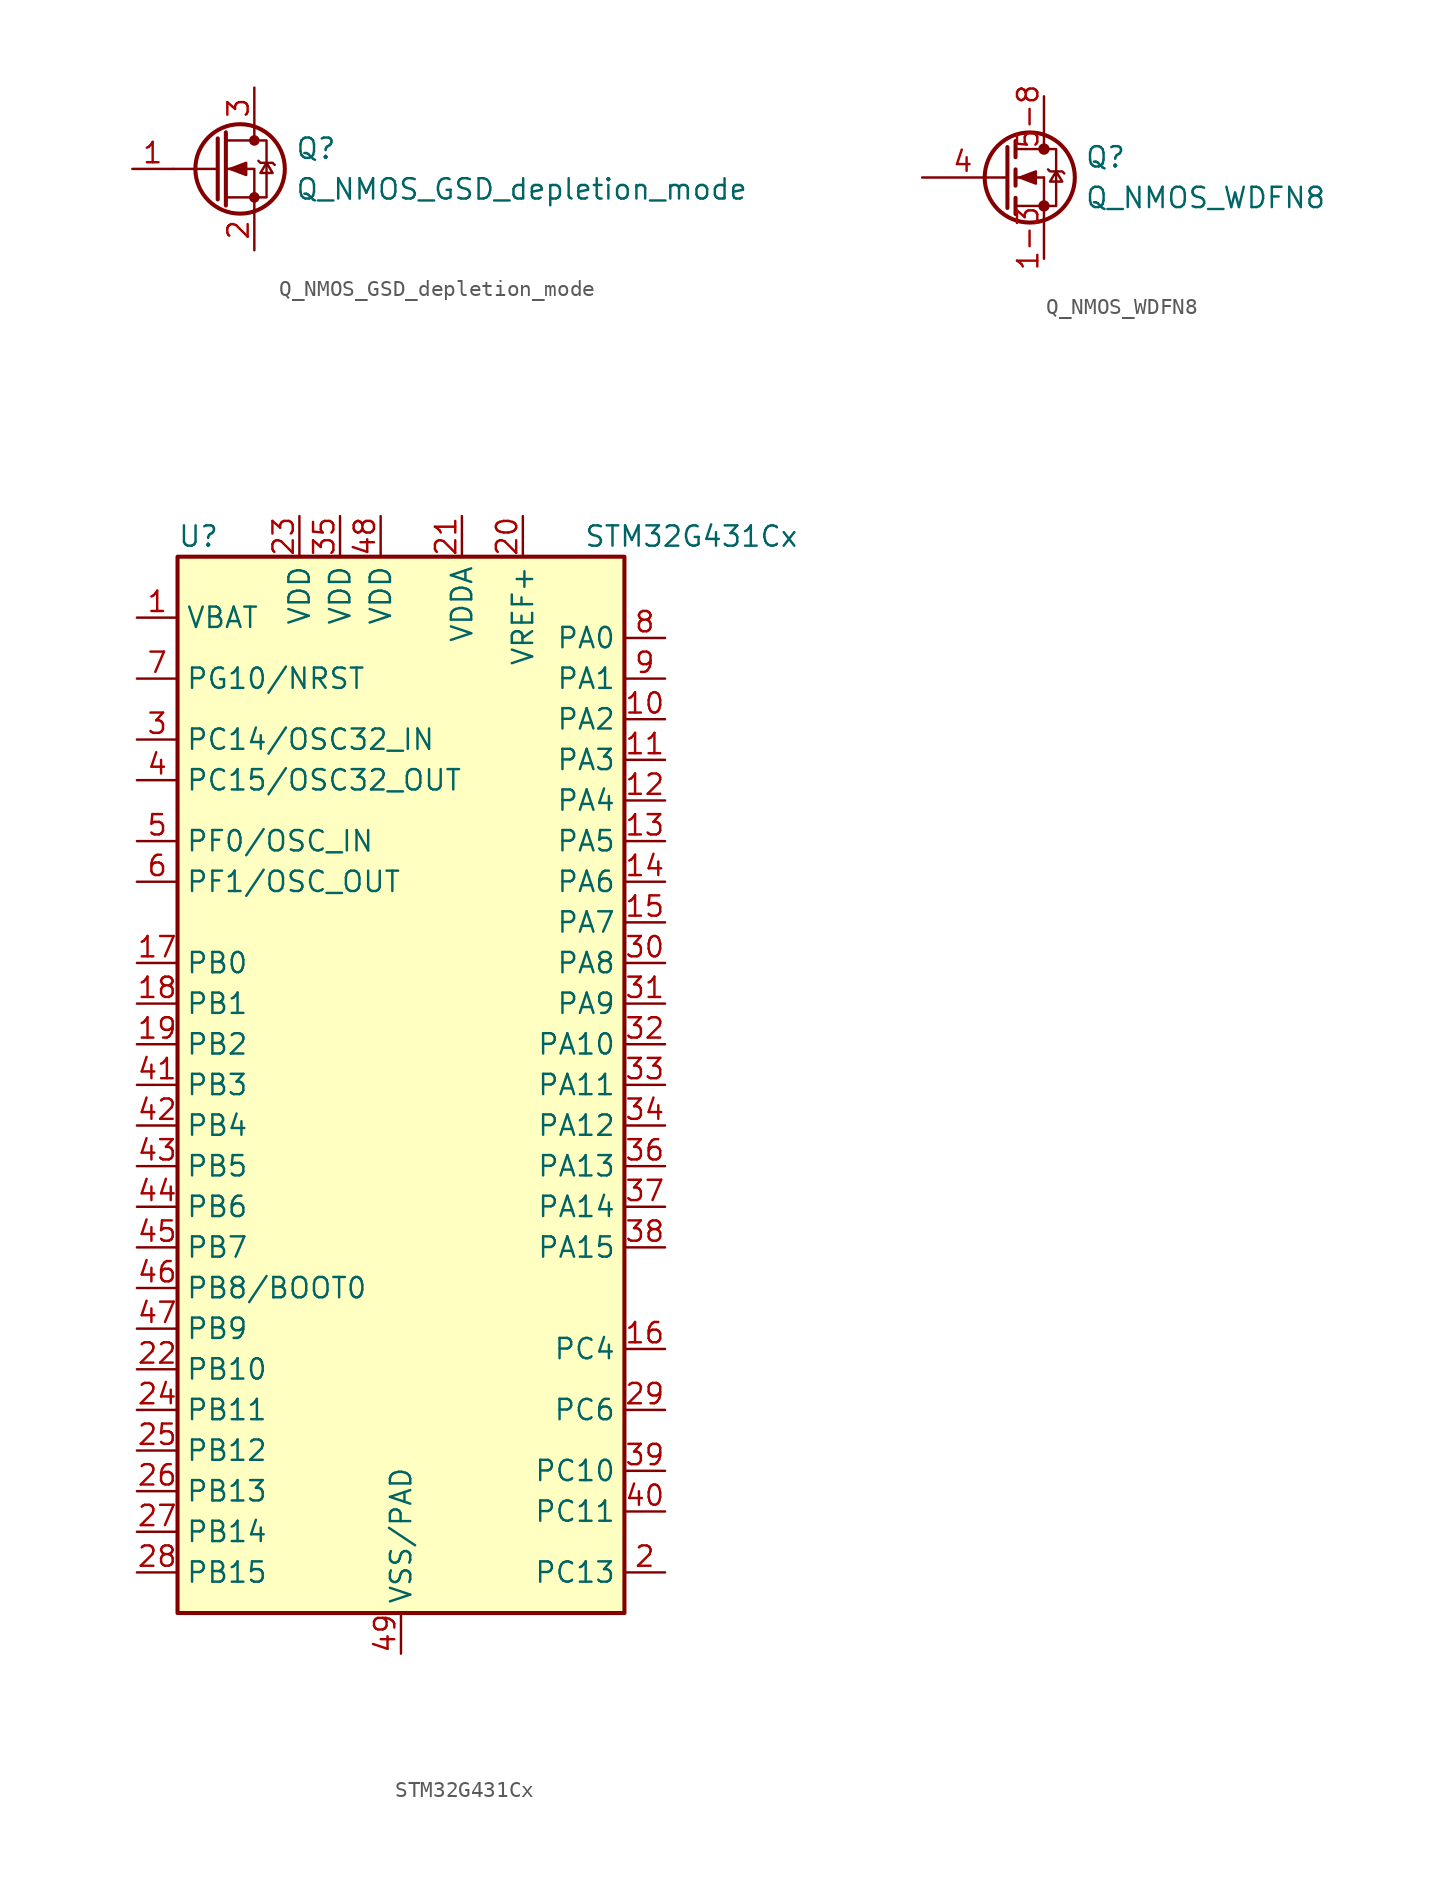
<source format=kicad_sym>
(kicad_symbol_lib
  (version 20231120)
  (generator "kicad_symbol_editor")
  (generator_version "8.0")
  (symbol "Q_NMOS_GSD_depletion_mode"
    (pin_names
      (offset 0) hide)
    (property "Reference" "Q"
      (at 5.08 1.27 0)
      (effects (font (size 1.27 1.27)) (justify left)))
    (property "Value" "Q_NMOS_GSD_depletion_mode"
      (at 5.08 -1.27 0)
      (effects (font (size 1.27 1.27)) (justify left)))
    (symbol "Q_NMOS_GSD_depletion_mode_0_1"
      (polyline (pts (xy 0.254 0) (xy -2.54 0)) (stroke (width 0) (type default)) (fill (type none)))
      (polyline (pts (xy 0.254 1.905) (xy 0.254 -1.905)) (stroke (width 0.254) (type default)) (fill (type none)))
      (polyline (pts (xy 0.762 2.286) (xy 0.762 -2.286)) (stroke (width 0.254) (type default)) (fill (type none)))
      (polyline (pts (xy 2.54 2.54) (xy 2.54 1.778)) (stroke (width 0) (type default)) (fill (type none)))
      (polyline (pts (xy 2.54 -2.54) (xy 2.54 0) (xy 0.762 0)) (stroke (width 0) (type default)) (fill (type none)))
      (polyline (pts (xy 0.762 -1.778) (xy 3.302 -1.778) (xy 3.302 1.778) (xy 0.762 1.778)) (stroke (width 0) (type default)) (fill (type none)))
      (polyline (pts (xy 1.016 0) (xy 2.032 0.381) (xy 2.032 -0.381) (xy 1.016 0)) (stroke (width 0) (type default)) (fill (type outline)))
      (polyline (pts (xy 2.794 0.508) (xy 2.921 0.381) (xy 3.683 0.381) (xy 3.81 0.254)) (stroke (width 0) (type default)) (fill (type none)))
      (polyline (pts (xy 3.302 0.381) (xy 2.921 -0.254) (xy 3.683 -0.254) (xy 3.302 0.381)) (stroke (width 0) (type default)) (fill (type none)))
      (circle (center 1.651 0) (radius 2.794) (stroke (width 0.254) (type default)) (fill (type none)))
      (circle (center 2.54 -1.778) (radius 0.254) (stroke (width 0) (type default)) (fill (type outline)))
      (circle (center 2.54 1.778) (radius 0.254) (stroke (width 0) (type default)) (fill (type outline))))
    (symbol "Q_NMOS_GSD_depletion_mode_1_1"
      (pin input line (at -5.08 0 0) (length 2.54) (name "G" (effects (font (size 1.27 1.27)))) (number "1" (effects (font (size 1.27 1.27)))))
      (pin passive line (at 2.54 -5.08 90) (length 2.54) (name "S" (effects (font (size 1.27 1.27)))) (number "2" (effects (font (size 1.27 1.27)))))
      (pin passive line (at 2.54 5.08 270) (length 2.54) (name "D" (effects (font (size 1.27 1.27)))) (number "3" (effects (font (size 1.27 1.27)))))))
  (symbol "Q_NMOS_WDFN8"
    (pin_names
      (offset 0) hide)
    (property "Reference" "Q"
      (at 5.08 1.27 0)
      (effects (font (size 1.27 1.27)) (justify left)))
    (property "Value" "Q_NMOS_WDFN8"
      (at 5.08 -1.27 0)
      (effects (font (size 1.27 1.27)) (justify left)))
    (symbol "Q_NMOS_WDFN8_0_1"
      (polyline (pts (xy 0.051 0) (xy 0.254 0)) (stroke (width 0) (type default)) (fill (type none)))
      (polyline (pts (xy 0.762 -1.778) (xy 2.54 -1.778)) (stroke (width 0) (type default)) (fill (type none)))
      (polyline (pts (xy 0.762 -1.27) (xy 0.762 -2.286)) (stroke (width 0.254) (type default)) (fill (type none)))
      (polyline (pts (xy 0.762 0) (xy 2.54 0)) (stroke (width 0) (type default)) (fill (type none)))
      (polyline (pts (xy 0.762 0.508) (xy 0.762 -0.508)) (stroke (width 0.254) (type default)) (fill (type none)))
      (polyline (pts (xy 0.762 1.778) (xy 2.54 1.778)) (stroke (width 0) (type default)) (fill (type none)))
      (polyline (pts (xy 0.762 2.286) (xy 0.762 1.27)) (stroke (width 0.254) (type default)) (fill (type none)))
      (polyline (pts (xy 2.54 -1.778) (xy 2.54 -2.54)) (stroke (width 0) (type default)) (fill (type none)))
      (polyline (pts (xy 2.54 -1.778) (xy 2.54 0)) (stroke (width 0) (type default)) (fill (type none)))
      (polyline (pts (xy 2.54 2.54) (xy 2.54 1.778)) (stroke (width 0) (type default)) (fill (type none)))
      (polyline (pts (xy 0.254 1.905) (xy 0.254 -1.905) (xy 0.254 -1.905)) (stroke (width 0.254) (type default)) (fill (type none)))
      (polyline (pts (xy 1.016 0) (xy 2.032 0.381) (xy 2.032 -0.381) (xy 1.016 0)) (stroke (width 0) (type default)) (fill (type outline)))
      (polyline (pts (xy 2.54 -1.778) (xy 3.302 -1.778) (xy 3.302 1.778) (xy 2.54 1.778)) (stroke (width 0) (type default)) (fill (type none)))
      (polyline (pts (xy 2.794 0.508) (xy 2.921 0.381) (xy 3.683 0.381) (xy 3.81 0.254)) (stroke (width 0) (type default)) (fill (type none)))
      (polyline (pts (xy 3.302 0.381) (xy 2.921 -0.254) (xy 3.683 -0.254) (xy 3.302 0.381)) (stroke (width 0) (type default)) (fill (type none)))
      (circle (center 1.651 0) (radius 2.819) (stroke (width 0.254) (type default)) (fill (type none)))
      (circle (center 2.54 -1.778) (radius 0.279) (stroke (width 0) (type default)) (fill (type outline)))
      (circle (center 2.54 1.778) (radius 0.279) (stroke (width 0) (type default)) (fill (type outline))))
    (symbol "Q_NMOS_WDFN8_1_1"
      (pin passive line (at 2.54 -5.08 90) (length 2.54) (name "S" (effects (font (size 1.27 1.27)))) (number "1-3" (effects (font (size 1.27 1.27)))))
      (pin input line (at -5.08 0 0) (length 5.08) (name "G" (effects (font (size 1.27 1.27)))) (number "4" (effects (font (size 1.27 1.27)))))
      (pin passive line (at 2.54 5.08 270) (length 2.54) (name "D" (effects (font (size 1.27 1.27)))) (number "5-8" (effects (font (size 1.27 1.27)))))))
  (symbol "STM32G431Cx"
    (property "Reference" "U"
      (at -13.97 34.29 0)
      (effects (font (size 1.27 1.27)) (justify left)))
    (property "Value" "STM32G431Cx"
      (at 11.43 34.29 0)
      (effects (font (size 1.27 1.27)) (justify left)))
    (symbol "STM32G431Cx_0_0"
      (pin power_in line (at -16.51 29.21 0) (length 2.54) (name "VBAT" (effects (font (size 1.27 1.27)))) (number "1" (effects (font (size 1.27 1.27)))))
      (pin bidirectional line (at 16.51 -16.51 180) (length 2.54) (name "PC4" (effects (font (size 1.27 1.27)))) (number "16" (effects (font (size 1.27 1.27)))))
      (pin bidirectional line (at -16.51 5.08 0) (length 2.54) (name "PB1" (effects (font (size 1.27 1.27)))) (number "18" (effects (font (size 1.27 1.27)))))
      (pin bidirectional line (at -16.51 2.54 0) (length 2.54) (name "PB2" (effects (font (size 1.27 1.27)))) (number "19" (effects (font (size 1.27 1.27)))))
      (pin bidirectional line (at 16.51 -30.48 180) (length 2.54) (name "PC13" (effects (font (size 1.27 1.27)))) (number "2" (effects (font (size 1.27 1.27)))))
      (pin input line (at 7.62 35.56 270) (length 2.54) (name "VREF+" (effects (font (size 1.27 1.27)))) (number "20" (effects (font (size 1.27 1.27)))))
      (pin power_in line (at 3.81 35.56 270) (length 2.54) (name "VDDA" (effects (font (size 1.27 1.27)))) (number "21" (effects (font (size 1.27 1.27)))))
      (pin bidirectional line (at -16.51 -17.78 0) (length 2.54) (name "PB10" (effects (font (size 1.27 1.27)))) (number "22" (effects (font (size 1.27 1.27)))))
      (pin bidirectional line (at -16.51 -20.32 0) (length 2.54) (name "PB11" (effects (font (size 1.27 1.27)))) (number "24" (effects (font (size 1.27 1.27)))))
      (pin bidirectional line (at -16.51 -22.86 0) (length 2.54) (name "PB12" (effects (font (size 1.27 1.27)))) (number "25" (effects (font (size 1.27 1.27)))))
      (pin bidirectional line (at -16.51 -25.4 0) (length 2.54) (name "PB13" (effects (font (size 1.27 1.27)))) (number "26" (effects (font (size 1.27 1.27)))))
      (pin bidirectional line (at -16.51 -27.94 0) (length 2.54) (name "PB14" (effects (font (size 1.27 1.27)))) (number "27" (effects (font (size 1.27 1.27)))))
      (pin bidirectional line (at -16.51 -30.48 0) (length 2.54) (name "PB15" (effects (font (size 1.27 1.27)))) (number "28" (effects (font (size 1.27 1.27)))))
      (pin bidirectional line (at 16.51 -20.32 180) (length 2.54) (name "PC6" (effects (font (size 1.27 1.27)))) (number "29" (effects (font (size 1.27 1.27)))))
      (pin bidirectional line (at -16.51 21.59 0) (length 2.54) (name "PC14/OSC32_IN" (effects (font (size 1.27 1.27)))) (number "3" (effects (font (size 1.27 1.27)))))
      (pin bidirectional line (at 16.51 -24.13 180) (length 2.54) (name "PC10" (effects (font (size 1.27 1.27)))) (number "39" (effects (font (size 1.27 1.27)))))
      (pin bidirectional line (at -16.51 19.05 0) (length 2.54) (name "PC15/OSC32_OUT" (effects (font (size 1.27 1.27)))) (number "4" (effects (font (size 1.27 1.27)))))
      (pin bidirectional line (at 16.51 -26.67 180) (length 2.54) (name "PC11" (effects (font (size 1.27 1.27)))) (number "40" (effects (font (size 1.27 1.27)))))
      (pin bidirectional line (at -16.51 -15.24 0) (length 2.54) (name "PB9" (effects (font (size 1.27 1.27)))) (number "47" (effects (font (size 1.27 1.27))))))
    (symbol "STM32G431Cx_0_1"
      (rectangle (start -13.97 -33.02) (end 13.97 33.02) (stroke (width 0.254) (type default)) (fill (type background))))
    (symbol "STM32G431Cx_1_1"
      (pin bidirectional line (at 16.51 22.86 180) (length 2.54) (name "PA2" (effects (font (size 1.27 1.27)))) (number "10" (effects (font (size 1.27 1.27)))))
      (pin bidirectional line (at 16.51 20.32 180) (length 2.54) (name "PA3" (effects (font (size 1.27 1.27)))) (number "11" (effects (font (size 1.27 1.27)))))
      (pin bidirectional line (at 16.51 17.78 180) (length 2.54) (name "PA4" (effects (font (size 1.27 1.27)))) (number "12" (effects (font (size 1.27 1.27)))))
      (pin bidirectional line (at 16.51 15.24 180) (length 2.54) (name "PA5" (effects (font (size 1.27 1.27)))) (number "13" (effects (font (size 1.27 1.27)))))
      (pin bidirectional line (at 16.51 12.7 180) (length 2.54) (name "PA6" (effects (font (size 1.27 1.27)))) (number "14" (effects (font (size 1.27 1.27)))))
      (pin bidirectional line (at 16.51 10.16 180) (length 2.54) (name "PA7" (effects (font (size 1.27 1.27)))) (number "15" (effects (font (size 1.27 1.27)))))
      (pin bidirectional line (at -16.51 7.62 0) (length 2.54) (name "PB0" (effects (font (size 1.27 1.27)))) (number "17" (effects (font (size 1.27 1.27)))))
      (pin power_in line (at -6.35 35.56 270) (length 2.54) (name "VDD" (effects (font (size 1.27 1.27)))) (number "23" (effects (font (size 1.27 1.27)))))
      (pin bidirectional line (at 16.51 7.62 180) (length 2.54) (name "PA8" (effects (font (size 1.27 1.27)))) (number "30" (effects (font (size 1.27 1.27)))))
      (pin bidirectional line (at 16.51 5.08 180) (length 2.54) (name "PA9" (effects (font (size 1.27 1.27)))) (number "31" (effects (font (size 1.27 1.27)))))
      (pin bidirectional line (at 16.51 2.54 180) (length 2.54) (name "PA10" (effects (font (size 1.27 1.27)))) (number "32" (effects (font (size 1.27 1.27)))))
      (pin bidirectional line (at 16.51 0 180) (length 2.54) (name "PA11" (effects (font (size 1.27 1.27)))) (number "33" (effects (font (size 1.27 1.27)))))
      (pin bidirectional line (at 16.51 -2.54 180) (length 2.54) (name "PA12" (effects (font (size 1.27 1.27)))) (number "34" (effects (font (size 1.27 1.27)))))
      (pin power_in line (at -3.81 35.56 270) (length 2.54) (name "VDD" (effects (font (size 1.27 1.27)))) (number "35" (effects (font (size 1.27 1.27)))))
      (pin bidirectional line (at 16.51 -5.08 180) (length 2.54) (name "PA13" (effects (font (size 1.27 1.27)))) (number "36" (effects (font (size 1.27 1.27)))))
      (pin bidirectional line (at 16.51 -7.62 180) (length 2.54) (name "PA14" (effects (font (size 1.27 1.27)))) (number "37" (effects (font (size 1.27 1.27)))))
      (pin bidirectional line (at 16.51 -10.16 180) (length 2.54) (name "PA15" (effects (font (size 1.27 1.27)))) (number "38" (effects (font (size 1.27 1.27)))))
      (pin bidirectional line (at -16.51 0 0) (length 2.54) (name "PB3" (effects (font (size 1.27 1.27)))) (number "41" (effects (font (size 1.27 1.27)))))
      (pin bidirectional line (at -16.51 -2.54 0) (length 2.54) (name "PB4" (effects (font (size 1.27 1.27)))) (number "42" (effects (font (size 1.27 1.27)))))
      (pin bidirectional line (at -16.51 -5.08 0) (length 2.54) (name "PB5" (effects (font (size 1.27 1.27)))) (number "43" (effects (font (size 1.27 1.27)))))
      (pin bidirectional line (at -16.51 -7.62 0) (length 2.54) (name "PB6" (effects (font (size 1.27 1.27)))) (number "44" (effects (font (size 1.27 1.27)))))
      (pin bidirectional line (at -16.51 -10.16 0) (length 2.54) (name "PB7" (effects (font (size 1.27 1.27)))) (number "45" (effects (font (size 1.27 1.27)))))
      (pin bidirectional line (at -16.51 -12.7 0) (length 2.54) (name "PB8/BOOT0" (effects (font (size 1.27 1.27)))) (number "46" (effects (font (size 1.27 1.27)))))
      (pin power_in line (at -1.27 35.56 270) (length 2.54) (name "VDD" (effects (font (size 1.27 1.27)))) (number "48" (effects (font (size 1.27 1.27)))))
      (pin power_in line (at 0 -35.56 90) (length 2.54) (name "VSS/PAD" (effects (font (size 1.27 1.27)))) (number "49" (effects (font (size 1.27 1.27)))))
      (pin input line (at -16.51 15.24 0) (length 2.54) (name "PF0/OSC_IN" (effects (font (size 1.27 1.27)))) (number "5" (effects (font (size 1.27 1.27)))))
      (pin input line (at -16.51 12.7 0) (length 2.54) (name "PF1/OSC_OUT" (effects (font (size 1.27 1.27)))) (number "6" (effects (font (size 1.27 1.27)))))
      (pin input line (at -16.51 25.4 0) (length 2.54) (name "PG10/NRST" (effects (font (size 1.27 1.27)))) (number "7" (effects (font (size 1.27 1.27)))))
      (pin bidirectional line (at 16.51 27.94 180) (length 2.54) (name "PA0" (effects (font (size 1.27 1.27)))) (number "8" (effects (font (size 1.27 1.27)))))
      (pin bidirectional line (at 16.51 25.4 180) (length 2.54) (name "PA1" (effects (font (size 1.27 1.27)))) (number "9" (effects (font (size 1.27 1.27))))))))
</source>
